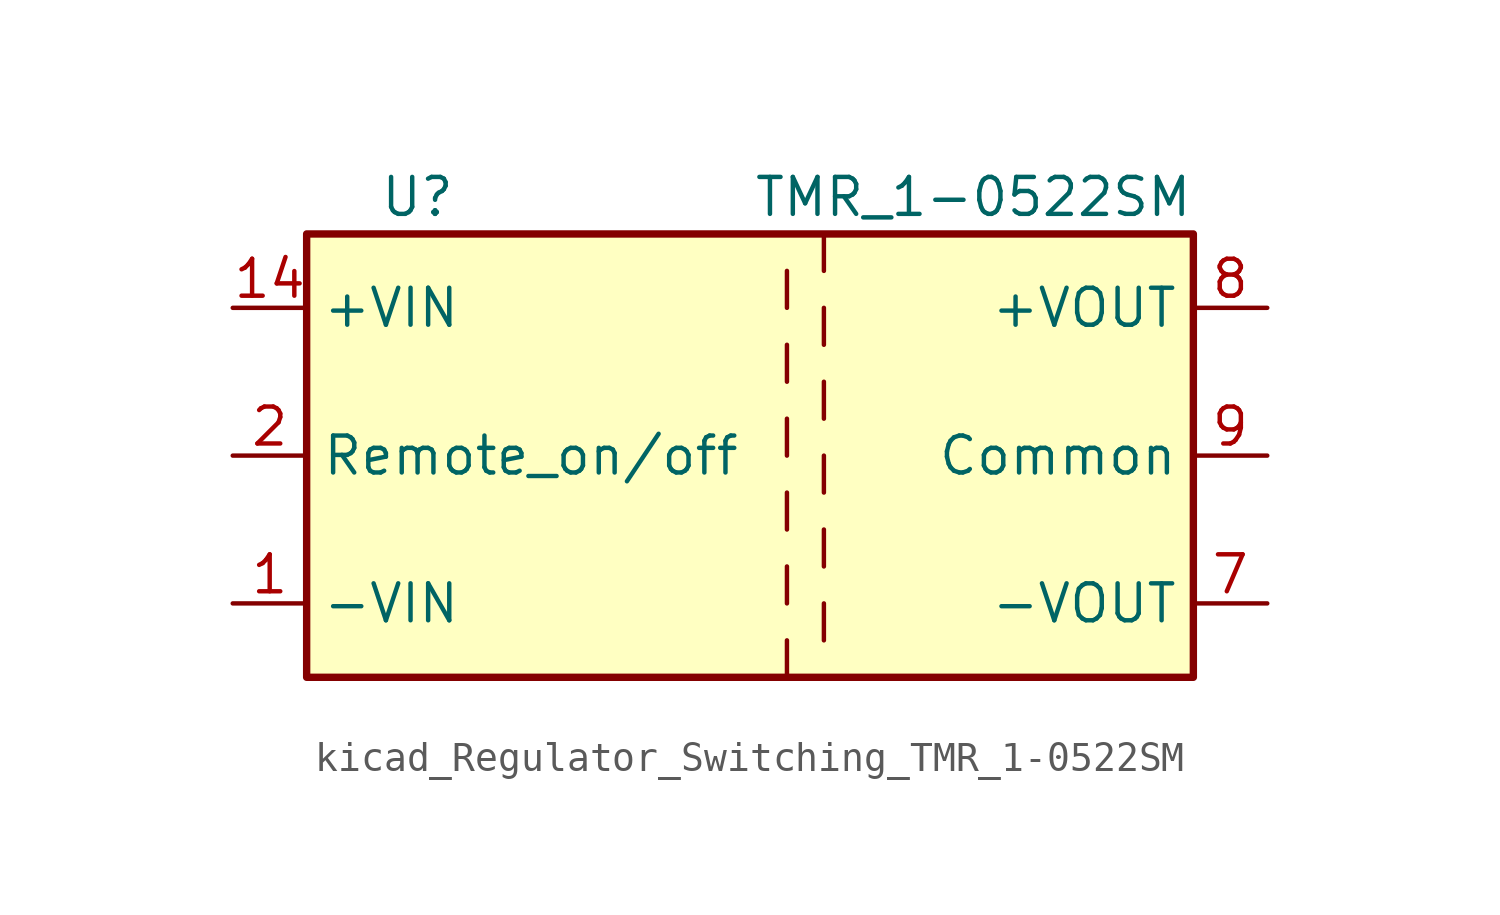
<source format=kicad_sym>
(kicad_symbol_lib
  (version 20220914)
  (generator kicad_symbol_editor)
  (symbol "kicad_Regulator_Switching_TMR_1-0522SM"
    (property "Reference" "U"
      (at -11.43 8.89 0)
      (effects (font (size 1.27 1.27))))
    (property "Value" "TMR_1-0522SM"
      (at 15.24 8.89 0)
      (effects (font (size 1.27 1.27)) (justify right)))
    (symbol "kicad_Regulator_Switching_TMR_1-0522SM_0_1"
      (rectangle (start -15.24 7.62) (end 15.24 -7.62) (stroke (width 0.254) (type default)) (fill (type background)))
      (polyline (pts (xy 1.27 -6.35) (xy 1.27 -7.62)) (stroke (width 0) (type default)) (fill (type none)))
      (polyline (pts (xy 1.27 -3.81) (xy 1.27 -5.08)) (stroke (width 0) (type default)) (fill (type none)))
      (polyline (pts (xy 1.27 -1.27) (xy 1.27 -2.54)) (stroke (width 0) (type default)) (fill (type none)))
      (polyline (pts (xy 1.27 1.27) (xy 1.27 0)) (stroke (width 0) (type default)) (fill (type none)))
      (polyline (pts (xy 1.27 3.81) (xy 1.27 2.54)) (stroke (width 0) (type default)) (fill (type none)))
      (polyline (pts (xy 1.27 6.35) (xy 1.27 5.08)) (stroke (width 0) (type default)) (fill (type none)))
      (polyline (pts (xy 2.54 -5.08) (xy 2.54 -6.35)) (stroke (width 0) (type default)) (fill (type none)))
      (polyline (pts (xy 2.54 -2.54) (xy 2.54 -3.81)) (stroke (width 0) (type default)) (fill (type none)))
      (polyline (pts (xy 2.54 0) (xy 2.54 -1.27)) (stroke (width 0) (type default)) (fill (type none)))
      (polyline (pts (xy 2.54 2.54) (xy 2.54 1.27)) (stroke (width 0) (type default)) (fill (type none)))
      (polyline (pts (xy 2.54 5.08) (xy 2.54 3.81)) (stroke (width 0) (type default)) (fill (type none)))
      (polyline (pts (xy 2.54 7.62) (xy 2.54 6.35)) (stroke (width 0) (type default)) (fill (type none))))
    (symbol "kicad_Regulator_Switching_TMR_1-0522SM_1_1"
      (pin power_in line (at -17.78 -5.08 0) (length 2.54) (name "-VIN" (effects (font (size 1.27 1.27)))) (number "1" (effects (font (size 1.27 1.27)))))
      (pin power_in line (at -17.78 5.08 0) (length 2.54) (name "+VIN" (effects (font (size 1.27 1.27)))) (number "14" (effects (font (size 1.27 1.27)))))
      (pin input line (at -17.78 0 0) (length 2.54) (name "Remote_on/off" (effects (font (size 1.27 1.27)))) (number "2" (effects (font (size 1.27 1.27)))))
      (pin passive line (at 17.78 0 180) (length 2.54) hide (name "Common" (effects (font (size 1.27 1.27)))) (number "6" (effects (font (size 1.27 1.27)))))
      (pin power_out line (at 17.78 -5.08 180) (length 2.54) (name "-VOUT" (effects (font (size 1.27 1.27)))) (number "7" (effects (font (size 1.27 1.27)))))
      (pin power_out line (at 17.78 5.08 180) (length 2.54) (name "+VOUT" (effects (font (size 1.27 1.27)))) (number "8" (effects (font (size 1.27 1.27)))))
      (pin power_out line (at 17.78 0 180) (length 2.54) (name "Common" (effects (font (size 1.27 1.27)))) (number "9" (effects (font (size 1.27 1.27))))))))
</source>
